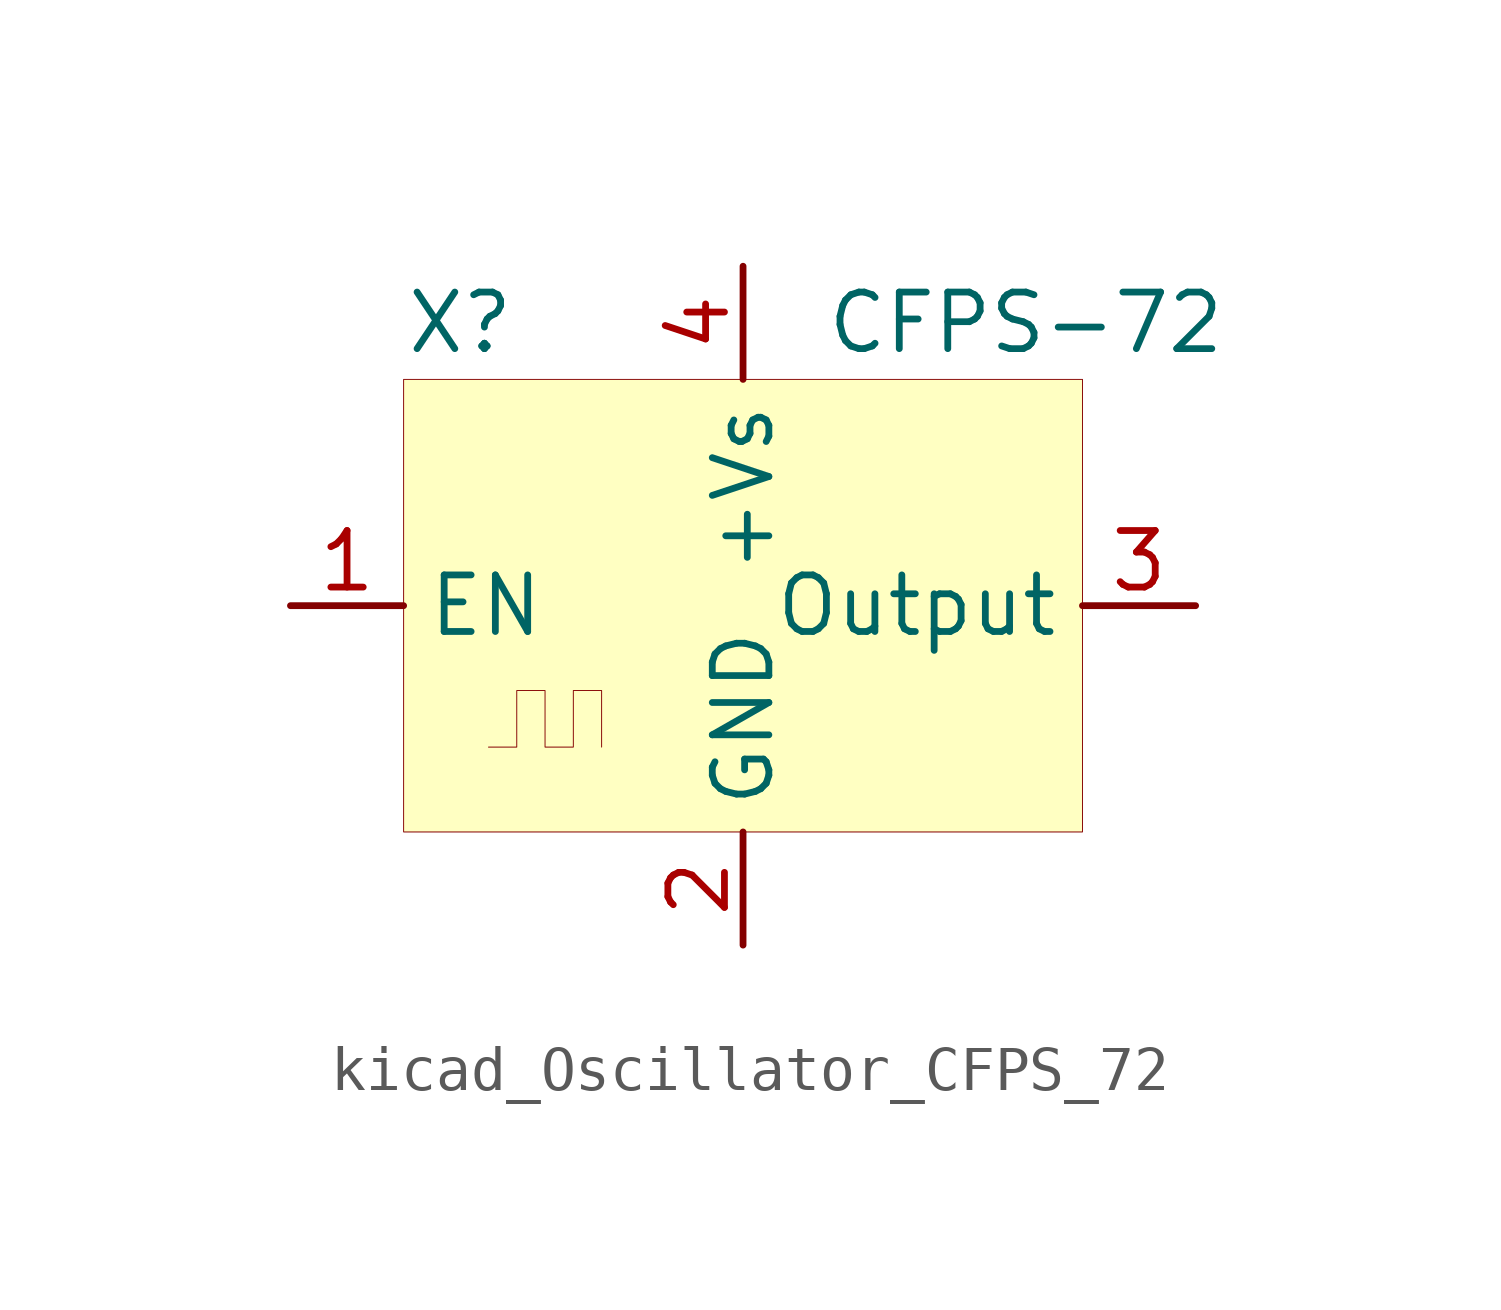
<source format=kicad_sym>
(kicad_symbol_lib
  (version 20220914)
  (generator kicad_symbol_editor)
  (symbol "kicad_Oscillator_CFPS_72"
    (property "Reference" "X"
      (at -6.35 6.35 0)
      (effects (font (size 1.27 1.27))))
    (property "Value" "CFPS-72"
      (at 6.35 6.35 0)
      (effects (font (size 1.27 1.27))))
    (symbol "kicad_Oscillator_CFPS_72_0_1"
      (rectangle (start -7.62 5.08) (end 7.62 -5.08) (stroke (width 0.001) (type default)) (fill (type background)))
      (polyline (pts (xy -5.715 -3.175) (xy -5.08 -3.175) (xy -5.08 -1.905) (xy -4.445 -1.905) (xy -4.445 -3.175) (xy -3.81 -3.175) (xy -3.81 -1.905) (xy -3.175 -1.905) (xy -3.175 -3.175)) (stroke (width 0.001) (type default)) (fill (type none))))
    (symbol "kicad_Oscillator_CFPS_72_1_1"
      (pin input line (at -10.16 0 0) (length 2.54) (name "EN" (effects (font (size 1.27 1.27)))) (number "1" (effects (font (size 1.27 1.27)))))
      (pin power_in line (at 0 -7.62 90) (length 2.54) (name "GND" (effects (font (size 1.27 1.27)))) (number "2" (effects (font (size 1.27 1.27)))))
      (pin output line (at 10.16 0 180) (length 2.54) (name "Output" (effects (font (size 1.27 1.27)))) (number "3" (effects (font (size 1.27 1.27)))))
      (pin power_in line (at 0 7.62 270) (length 2.54) (name "+Vs" (effects (font (size 1.27 1.27)))) (number "4" (effects (font (size 1.27 1.27))))))))
</source>
